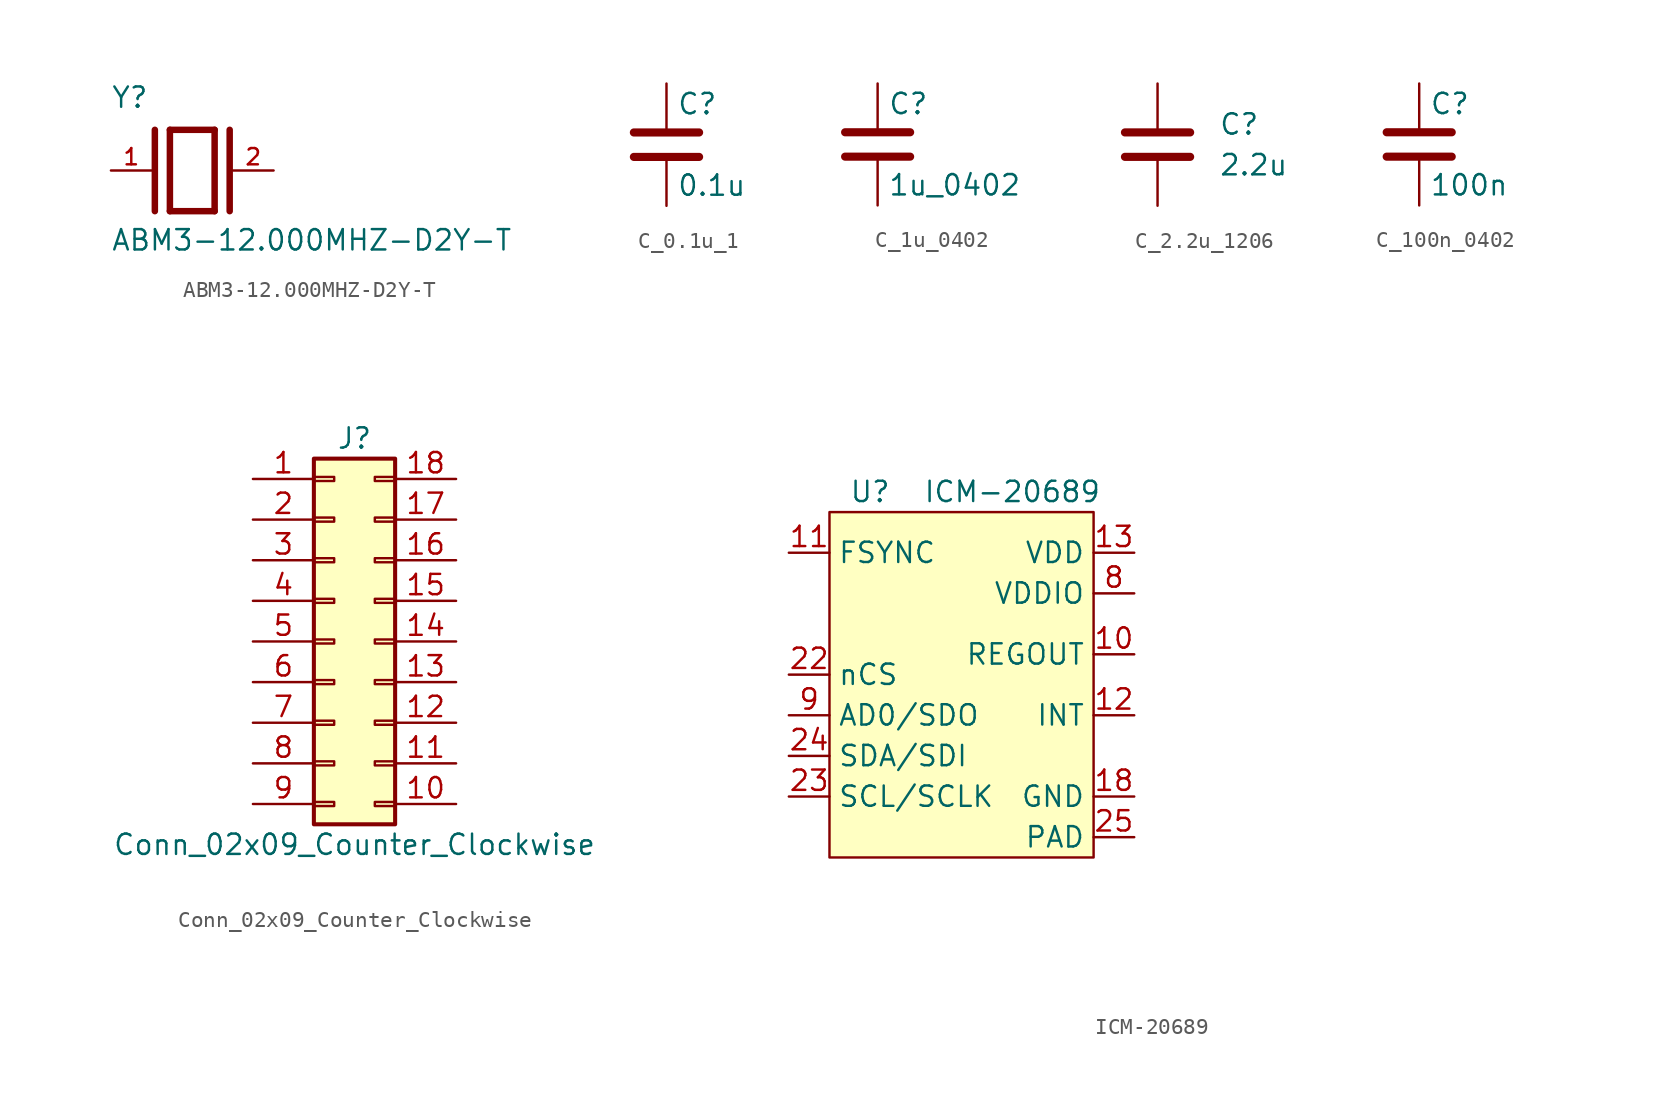
<source format=kicad_sym>
(kicad_symbol_lib
  (version 20241209)
  (generator "kicad_symbol_editor")
  (generator_version "9.0")
  (symbol "ABM3-12.000MHZ-D2Y-T"
    (pin_names
      (offset 1.016))
    (property "Reference" "Y"
      (at -5.088 3.816 0)
      (effects (font (size 1.27 1.27)) (justify left bottom)))
    (property "Value" "ABM3-12.000MHZ-D2Y-T"
      (at -5.094 -5.094 0)
      (effects (font (size 1.27 1.27)) (justify left bottom)))
    (symbol "ABM3-12.000MHZ-D2Y-T_0_0"
      (polyline (pts (xy -2.337 2.54) (xy -2.337 -2.54)) (stroke (width 0.406) (type default)) (fill (type none)))
      (polyline (pts (xy -1.397 2.54) (xy -1.397 -2.54)) (stroke (width 0.406) (type default)) (fill (type none)))
      (polyline (pts (xy -1.397 2.54) (xy 1.397 2.54)) (stroke (width 0.406) (type default)) (fill (type none)))
      (polyline (pts (xy 1.397 2.54) (xy 1.397 -2.54)) (stroke (width 0.406) (type default)) (fill (type none)))
      (polyline (pts (xy 1.397 -2.54) (xy -1.397 -2.54)) (stroke (width 0.406) (type default)) (fill (type none)))
      (polyline (pts (xy 2.337 2.54) (xy 2.337 -2.54)) (stroke (width 0.406) (type default)) (fill (type none)))
      (pin passive line (at -5.08 0 0) (length 2.54) (name "~" (effects (font (size 1.016 1.016)))) (number "1" (effects (font (size 1.016 1.016)))))
      (pin passive line (at 5.08 0 180) (length 2.54) (name "~" (effects (font (size 1.016 1.016)))) (number "2" (effects (font (size 1.016 1.016)))))))
  (symbol "C_0.1u_1"
    (pin_numbers
      (hide yes))
    (pin_names
      (offset 0.254))
    (property "Reference" "C"
      (at 0.635 2.54 0)
      (effects (font (size 1.27 1.27)) (justify left)))
    (property "Value" "0.1u"
      (at 0.635 -2.54 0)
      (effects (font (size 1.27 1.27)) (justify left)))
    (symbol "C_0.1u_1_0_1"
      (polyline (pts (xy -2.032 0.762) (xy 2.032 0.762)) (stroke (width 0.508) (type default)) (fill (type none)))
      (polyline (pts (xy -2.032 -0.762) (xy 2.032 -0.762)) (stroke (width 0.508) (type default)) (fill (type none))))
    (symbol "C_0.1u_1_1_1"
      (pin passive line (at 0 3.81 270) (length 2.794) (name "~" (effects (font (size 1.27 1.27)))) (number "1" (effects (font (size 1.27 1.27)))))
      (pin passive line (at 0 -3.81 90) (length 2.794) (name "~" (effects (font (size 1.27 1.27)))) (number "2" (effects (font (size 1.27 1.27)))))))
  (symbol "C_1u_0402"
    (pin_numbers
      (hide yes))
    (pin_names
      (offset 0.254))
    (property "Reference" "C"
      (at 0.635 2.54 0)
      (effects (font (size 1.27 1.27)) (justify left)))
    (property "Value" "1u_0402"
      (at 0.635 -2.54 0)
      (effects (font (size 1.27 1.27)) (justify left)))
    (symbol "C_1u_0402_0_1"
      (polyline (pts (xy -2.032 0.762) (xy 2.032 0.762)) (stroke (width 0.508) (type default)) (fill (type none)))
      (polyline (pts (xy -2.032 -0.762) (xy 2.032 -0.762)) (stroke (width 0.508) (type default)) (fill (type none))))
    (symbol "C_1u_0402_1_1"
      (pin passive line (at 0 3.81 270) (length 2.794) (name "~" (effects (font (size 1.27 1.27)))) (number "1" (effects (font (size 1.27 1.27)))))
      (pin passive line (at 0 -3.81 90) (length 2.794) (name "~" (effects (font (size 1.27 1.27)))) (number "2" (effects (font (size 1.27 1.27)))))))
  (symbol "C_2.2u_1206"
    (pin_numbers
      (hide yes))
    (pin_names
      (offset 0.254))
    (property "Reference" "C"
      (at 3.81 1.27 0)
      (effects (font (size 1.27 1.27)) (justify left)))
    (property "Value" "2.2u"
      (at 3.81 -1.27 0)
      (effects (font (size 1.27 1.27)) (justify left)))
    (symbol "C_2.2u_1206_0_1"
      (polyline (pts (xy -2.032 0.762) (xy 2.032 0.762)) (stroke (width 0.508) (type default)) (fill (type none)))
      (polyline (pts (xy -2.032 -0.762) (xy 2.032 -0.762)) (stroke (width 0.508) (type default)) (fill (type none))))
    (symbol "C_2.2u_1206_1_1"
      (pin passive line (at 0 3.81 270) (length 2.794) (name "~" (effects (font (size 1.27 1.27)))) (number "1" (effects (font (size 1.27 1.27)))))
      (pin passive line (at 0 -3.81 90) (length 2.794) (name "~" (effects (font (size 1.27 1.27)))) (number "2" (effects (font (size 1.27 1.27)))))))
  (symbol "C_100n_0402"
    (pin_numbers
      (hide yes))
    (pin_names
      (offset 0.254))
    (property "Reference" "C"
      (at 0.635 2.54 0)
      (effects (font (size 1.27 1.27)) (justify left)))
    (property "Value" "100n"
      (at 0.635 -2.54 0)
      (effects (font (size 1.27 1.27)) (justify left)))
    (symbol "C_100n_0402_0_1"
      (polyline (pts (xy -2.032 0.762) (xy 2.032 0.762)) (stroke (width 0.508) (type default)) (fill (type none)))
      (polyline (pts (xy -2.032 -0.762) (xy 2.032 -0.762)) (stroke (width 0.508) (type default)) (fill (type none))))
    (symbol "C_100n_0402_1_1"
      (pin passive line (at 0 3.81 270) (length 2.794) (name "~" (effects (font (size 1.27 1.27)))) (number "1" (effects (font (size 1.27 1.27)))))
      (pin passive line (at 0 -3.81 90) (length 2.794) (name "~" (effects (font (size 1.27 1.27)))) (number "2" (effects (font (size 1.27 1.27)))))))
  (symbol "Conn_02x09_Counter_Clockwise"
    (pin_names
      (offset 1.016)
      (hide yes))
    (property "Reference" "J"
      (at 1.27 12.7 0)
      (effects (font (size 1.27 1.27))))
    (property "Value" "Conn_02x09_Counter_Clockwise"
      (at 1.27 -12.7 0)
      (effects (font (size 1.27 1.27))))
    (symbol "Conn_02x09_Counter_Clockwise_1_1"
      (rectangle (start -1.27 11.43) (end 3.81 -11.43) (stroke (width 0.254) (type default)) (fill (type background)))
      (rectangle (start -1.27 10.287) (end 0 10.033) (stroke (width 0.152) (type default)) (fill (type none)))
      (rectangle (start -1.27 7.747) (end 0 7.493) (stroke (width 0.152) (type default)) (fill (type none)))
      (rectangle (start -1.27 5.207) (end 0 4.953) (stroke (width 0.152) (type default)) (fill (type none)))
      (rectangle (start -1.27 2.667) (end 0 2.413) (stroke (width 0.152) (type default)) (fill (type none)))
      (rectangle (start -1.27 0.127) (end 0 -0.127) (stroke (width 0.152) (type default)) (fill (type none)))
      (rectangle (start -1.27 -2.413) (end 0 -2.667) (stroke (width 0.152) (type default)) (fill (type none)))
      (rectangle (start -1.27 -4.953) (end 0 -5.207) (stroke (width 0.152) (type default)) (fill (type none)))
      (rectangle (start -1.27 -7.493) (end 0 -7.747) (stroke (width 0.152) (type default)) (fill (type none)))
      (rectangle (start -1.27 -10.033) (end 0 -10.287) (stroke (width 0.152) (type default)) (fill (type none)))
      (rectangle (start 3.81 10.287) (end 2.54 10.033) (stroke (width 0.152) (type default)) (fill (type none)))
      (rectangle (start 3.81 7.747) (end 2.54 7.493) (stroke (width 0.152) (type default)) (fill (type none)))
      (rectangle (start 3.81 5.207) (end 2.54 4.953) (stroke (width 0.152) (type default)) (fill (type none)))
      (rectangle (start 3.81 2.667) (end 2.54 2.413) (stroke (width 0.152) (type default)) (fill (type none)))
      (rectangle (start 3.81 0.127) (end 2.54 -0.127) (stroke (width 0.152) (type default)) (fill (type none)))
      (rectangle (start 3.81 -2.413) (end 2.54 -2.667) (stroke (width 0.152) (type default)) (fill (type none)))
      (rectangle (start 3.81 -4.953) (end 2.54 -5.207) (stroke (width 0.152) (type default)) (fill (type none)))
      (rectangle (start 3.81 -7.493) (end 2.54 -7.747) (stroke (width 0.152) (type default)) (fill (type none)))
      (rectangle (start 3.81 -10.033) (end 2.54 -10.287) (stroke (width 0.152) (type default)) (fill (type none)))
      (pin passive line (at -5.08 10.16 0) (length 3.81) (name "Pin_1" (effects (font (size 1.27 1.27)))) (number "1" (effects (font (size 1.27 1.27)))))
      (pin passive line (at -5.08 7.62 0) (length 3.81) (name "Pin_2" (effects (font (size 1.27 1.27)))) (number "2" (effects (font (size 1.27 1.27)))))
      (pin passive line (at -5.08 5.08 0) (length 3.81) (name "Pin_3" (effects (font (size 1.27 1.27)))) (number "3" (effects (font (size 1.27 1.27)))))
      (pin passive line (at -5.08 2.54 0) (length 3.81) (name "Pin_4" (effects (font (size 1.27 1.27)))) (number "4" (effects (font (size 1.27 1.27)))))
      (pin passive line (at -5.08 0 0) (length 3.81) (name "Pin_5" (effects (font (size 1.27 1.27)))) (number "5" (effects (font (size 1.27 1.27)))))
      (pin passive line (at -5.08 -2.54 0) (length 3.81) (name "Pin_6" (effects (font (size 1.27 1.27)))) (number "6" (effects (font (size 1.27 1.27)))))
      (pin passive line (at -5.08 -5.08 0) (length 3.81) (name "Pin_7" (effects (font (size 1.27 1.27)))) (number "7" (effects (font (size 1.27 1.27)))))
      (pin passive line (at -5.08 -7.62 0) (length 3.81) (name "Pin_8" (effects (font (size 1.27 1.27)))) (number "8" (effects (font (size 1.27 1.27)))))
      (pin passive line (at -5.08 -10.16 0) (length 3.81) (name "Pin_9" (effects (font (size 1.27 1.27)))) (number "9" (effects (font (size 1.27 1.27)))))
      (pin passive line (at 7.62 10.16 180) (length 3.81) (name "Pin_18" (effects (font (size 1.27 1.27)))) (number "18" (effects (font (size 1.27 1.27)))))
      (pin passive line (at 7.62 7.62 180) (length 3.81) (name "Pin_17" (effects (font (size 1.27 1.27)))) (number "17" (effects (font (size 1.27 1.27)))))
      (pin passive line (at 7.62 5.08 180) (length 3.81) (name "Pin_16" (effects (font (size 1.27 1.27)))) (number "16" (effects (font (size 1.27 1.27)))))
      (pin passive line (at 7.62 2.54 180) (length 3.81) (name "Pin_15" (effects (font (size 1.27 1.27)))) (number "15" (effects (font (size 1.27 1.27)))))
      (pin passive line (at 7.62 0 180) (length 3.81) (name "Pin_14" (effects (font (size 1.27 1.27)))) (number "14" (effects (font (size 1.27 1.27)))))
      (pin passive line (at 7.62 -2.54 180) (length 3.81) (name "Pin_13" (effects (font (size 1.27 1.27)))) (number "13" (effects (font (size 1.27 1.27)))))
      (pin passive line (at 7.62 -5.08 180) (length 3.81) (name "Pin_12" (effects (font (size 1.27 1.27)))) (number "12" (effects (font (size 1.27 1.27)))))
      (pin passive line (at 7.62 -7.62 180) (length 3.81) (name "Pin_11" (effects (font (size 1.27 1.27)))) (number "11" (effects (font (size 1.27 1.27)))))
      (pin passive line (at 7.62 -10.16 180) (length 3.81) (name "Pin_10" (effects (font (size 1.27 1.27)))) (number "10" (effects (font (size 1.27 1.27)))))))
  (symbol "ICM-20689"
    (property "Reference" "U"
      (at -6.35 10.16 0)
      (effects (font (size 1.27 1.27))))
    (property "Value" "ICM-20689"
      (at 2.54 10.16 0)
      (effects (font (size 1.27 1.27))))
    (symbol "ICM-20689_1_1"
      (rectangle (start -8.89 8.89) (end 7.62 -12.7) (stroke (width 0) (type default)) (fill (type background)))
      (pin input line (at -11.43 6.35 0) (length 2.54) (name "FSYNC" (effects (font (size 1.27 1.27)))) (number "11" (effects (font (size 1.27 1.27)))))
      (pin input line (at -11.43 -1.27 0) (length 2.54) (name "nCS" (effects (font (size 1.27 1.27)))) (number "22" (effects (font (size 1.27 1.27)))))
      (pin bidirectional line (at -11.43 -3.81 0) (length 2.54) (name "AD0/SDO" (effects (font (size 1.27 1.27)))) (number "9" (effects (font (size 1.27 1.27)))))
      (pin bidirectional line (at -11.43 -6.35 0) (length 2.54) (name "SDA/SDI" (effects (font (size 1.27 1.27)))) (number "24" (effects (font (size 1.27 1.27)))))
      (pin input line (at -11.43 -8.89 0) (length 2.54) (name "SCL/SCLK" (effects (font (size 1.27 1.27)))) (number "23" (effects (font (size 1.27 1.27)))))
      (pin power_in line (at 10.16 6.35 180) (length 2.54) (name "VDD" (effects (font (size 1.27 1.27)))) (number "13" (effects (font (size 1.27 1.27)))))
      (pin power_in line (at 10.16 3.81 180) (length 2.54) (name "VDDIO" (effects (font (size 1.27 1.27)))) (number "8" (effects (font (size 1.27 1.27)))))
      (pin power_out line (at 10.16 0 180) (length 2.54) (name "REGOUT" (effects (font (size 1.27 1.27)))) (number "10" (effects (font (size 1.27 1.27)))))
      (pin output line (at 10.16 -3.81 180) (length 2.54) (name "INT" (effects (font (size 1.27 1.27)))) (number "12" (effects (font (size 1.27 1.27)))))
      (pin power_in line (at 10.16 -8.89 180) (length 2.54) (name "GND" (effects (font (size 1.27 1.27)))) (number "18" (effects (font (size 1.27 1.27)))))
      (pin power_in line (at 10.16 -11.43 180) (length 2.54) (name "PAD" (effects (font (size 1.27 1.27)))) (number "25" (effects (font (size 1.27 1.27)))))
      (pin no_connect line (at 31.75 13.97 0) (length 2.54) (hide yes) (name "NC" (effects (font (size 1.27 1.27)))) (number "1" (effects (font (size 1.27 1.27)))))
      (pin no_connect line (at 31.75 11.43 0) (length 2.54) (hide yes) (name "NC" (effects (font (size 1.27 1.27)))) (number "2" (effects (font (size 1.27 1.27)))))
      (pin no_connect line (at 31.75 8.89 0) (length 2.54) (hide yes) (name "NC" (effects (font (size 1.27 1.27)))) (number "3" (effects (font (size 1.27 1.27)))))
      (pin no_connect line (at 31.75 6.35 0) (length 2.54) (hide yes) (name "NC" (effects (font (size 1.27 1.27)))) (number "4" (effects (font (size 1.27 1.27)))))
      (pin no_connect line (at 31.75 3.81 0) (length 2.54) (hide yes) (name "NC" (effects (font (size 1.27 1.27)))) (number "5" (effects (font (size 1.27 1.27)))))
      (pin no_connect line (at 31.75 1.27 0) (length 2.54) (hide yes) (name "NC" (effects (font (size 1.27 1.27)))) (number "6" (effects (font (size 1.27 1.27)))))
      (pin no_connect line (at 31.75 -1.27 0) (length 2.54) (hide yes) (name "NC" (effects (font (size 1.27 1.27)))) (number "7" (effects (font (size 1.27 1.27)))))
      (pin no_connect line (at 31.75 -3.81 0) (length 2.54) (hide yes) (name "NC" (effects (font (size 1.27 1.27)))) (number "14" (effects (font (size 1.27 1.27)))))
      (pin no_connect line (at 31.75 -6.35 0) (length 2.54) (hide yes) (name "NC" (effects (font (size 1.27 1.27)))) (number "15" (effects (font (size 1.27 1.27)))))
      (pin no_connect line (at 31.75 -8.89 0) (length 2.54) (hide yes) (name "NC" (effects (font (size 1.27 1.27)))) (number "16" (effects (font (size 1.27 1.27)))))
      (pin no_connect line (at 31.75 -11.43 0) (length 2.54) (hide yes) (name "NC" (effects (font (size 1.27 1.27)))) (number "17" (effects (font (size 1.27 1.27)))))
      (pin no_connect line (at 31.75 -13.97 0) (length 2.54) (hide yes) (name "NC" (effects (font (size 1.27 1.27)))) (number "19" (effects (font (size 1.27 1.27)))))
      (pin no_connect line (at 31.75 -16.51 0) (length 2.54) (hide yes) (name "NC" (effects (font (size 1.27 1.27)))) (number "20" (effects (font (size 1.27 1.27)))))
      (pin no_connect line (at 31.75 -19.05 0) (length 2.54) (hide yes) (name "NC" (effects (font (size 1.27 1.27)))) (number "21" (effects (font (size 1.27 1.27))))))))
</source>
